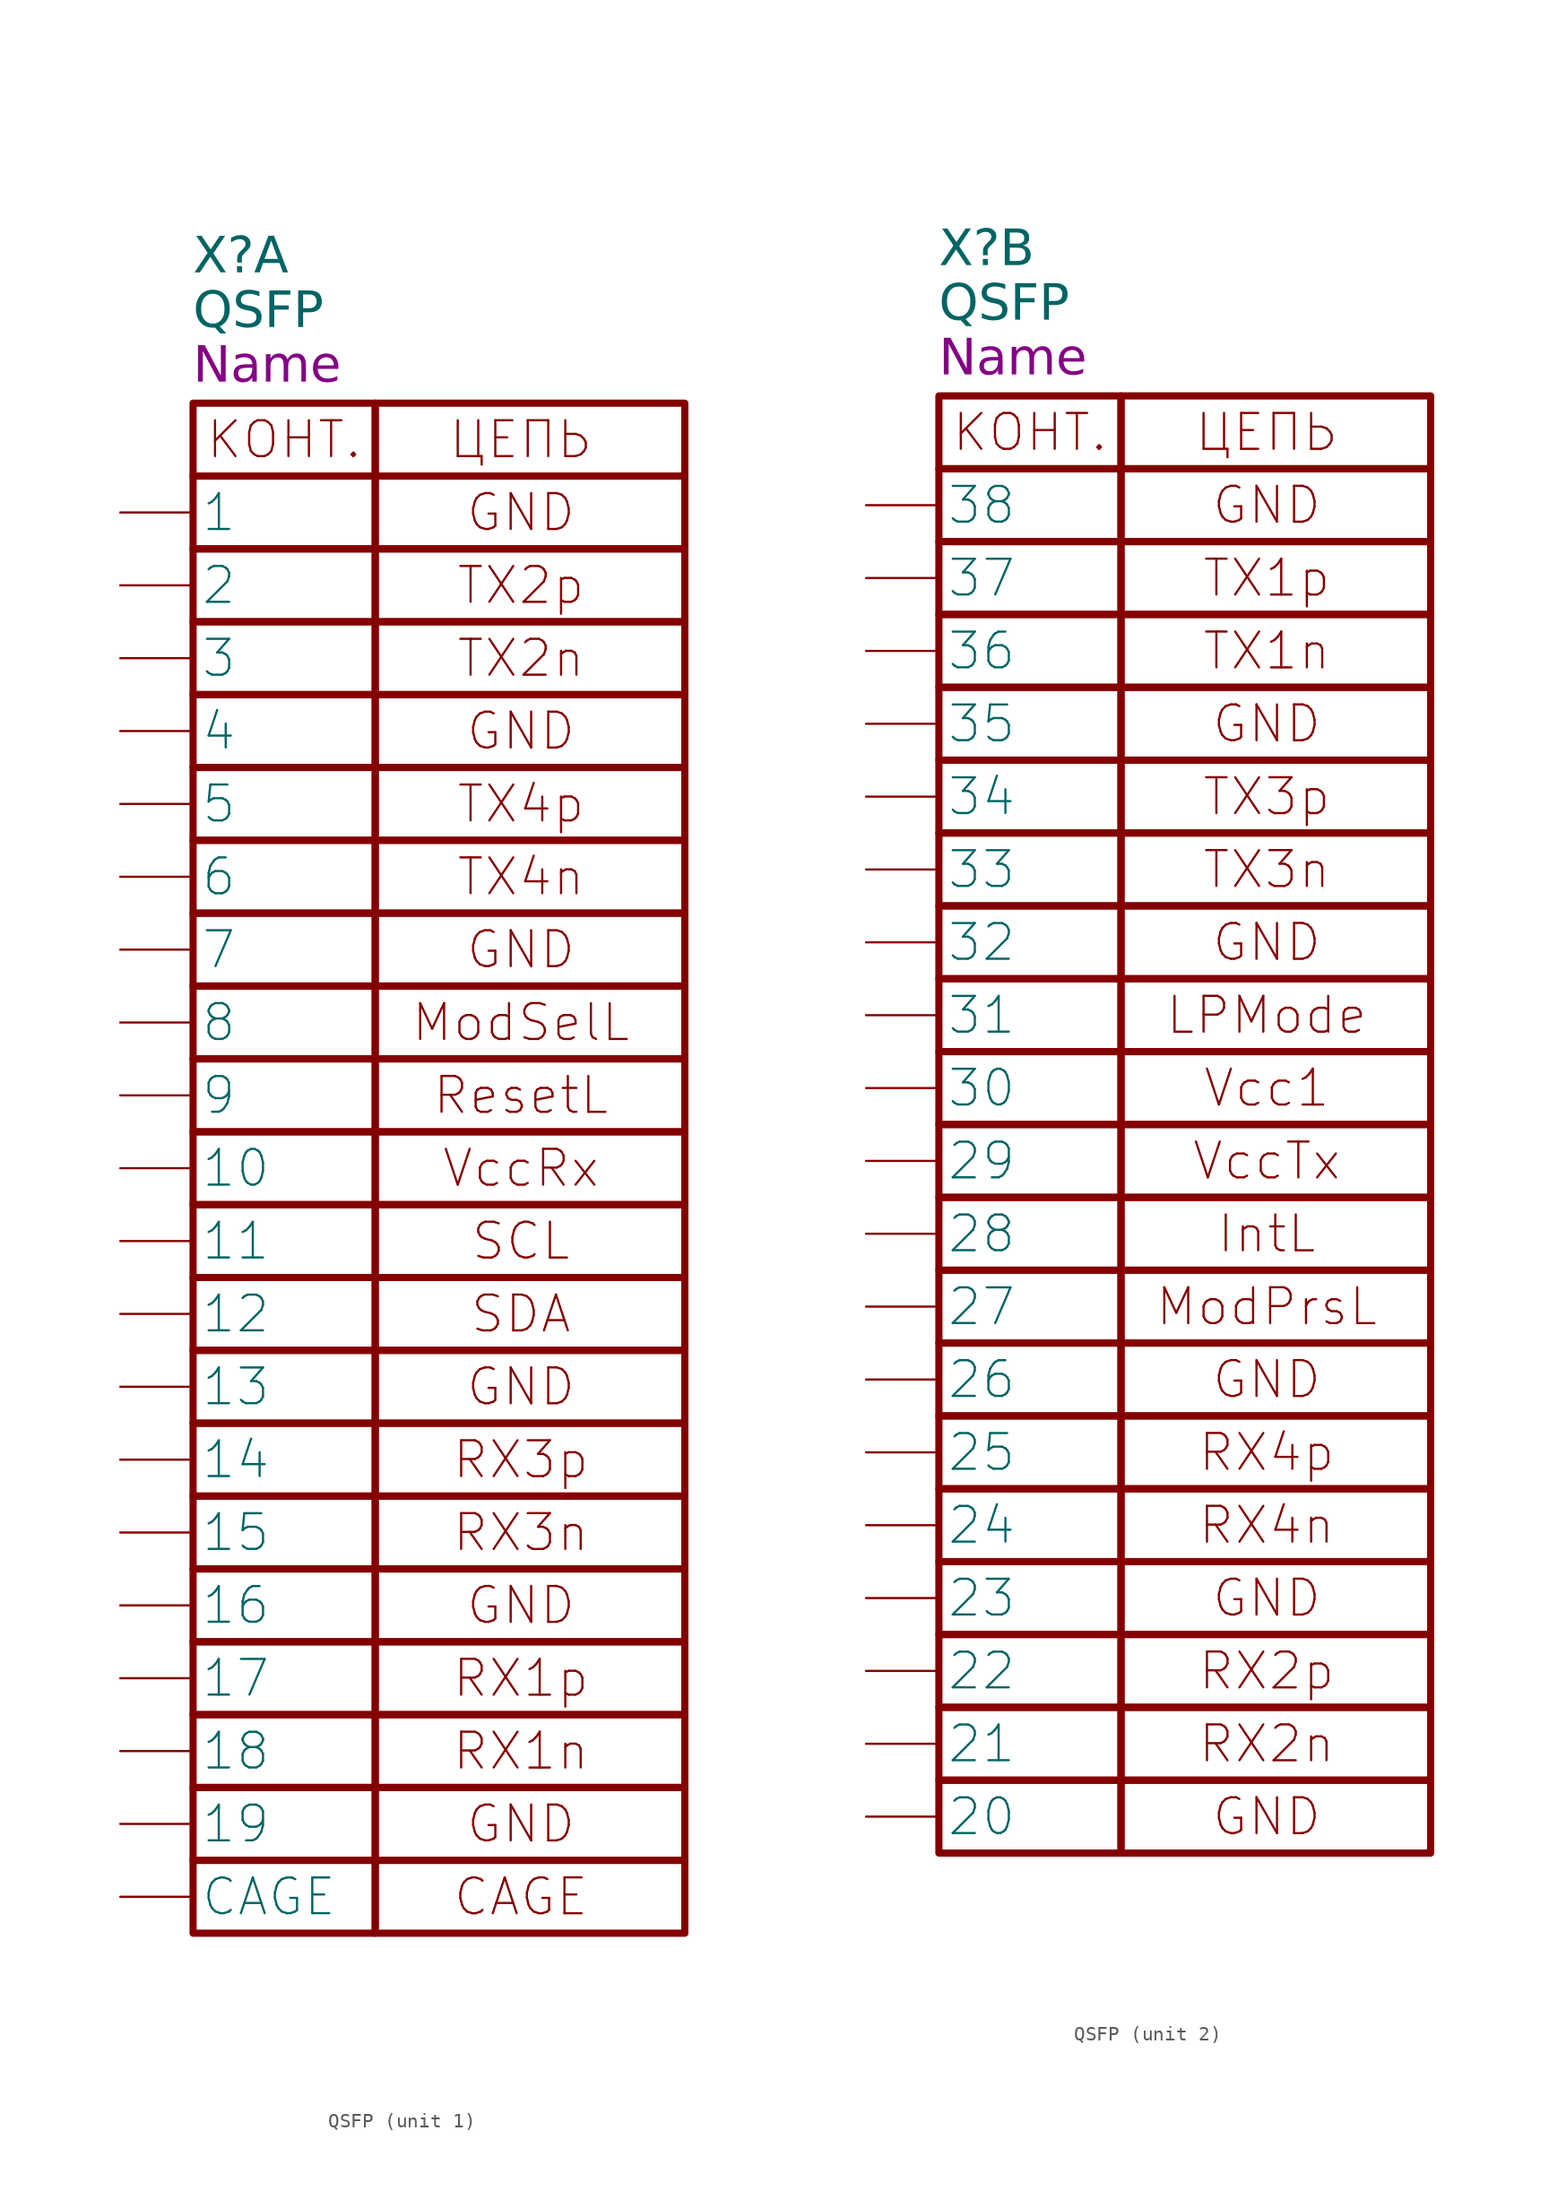
<source format=kicad_sym>
(kicad_symbol_lib
  (version 20241209)
  (generator "kicad_symbol_editor")
  (generator_version "9.0")
  (symbol "QSFP"
    (pin_numbers
      (hide yes))
    (property "Reference" "X"
      (at -12.7 10.16 0)
      (effects (font (face "GOST type A") (size 2.5 2.5) (italic yes)) (justify left)))
    (property "Value" "QSFP"
      (at -12.7 6.35 0)
      (effects (font (face "GOST type A") (size 2.5 2.5) (italic yes)) (justify left)))
    (property "Name" "Name"
      (at -12.7 2.54 0)
      (effects (font (face "GOST type A") (size 2.5 2.5) (italic yes)) (justify left)))
    (symbol "QSFP_0_1"
      (rectangle (start -12.7 0) (end 0 -5.08) (stroke (width 0.5) (type default)) (fill (type none)))
      (rectangle (start -12.7 -5.08) (end 0 -10.16) (stroke (width 0.5) (type default)) (fill (type none)))
      (rectangle (start -12.7 -10.16) (end 0 -15.24) (stroke (width 0.5) (type default)) (fill (type none)))
      (rectangle (start -12.7 -15.24) (end 0 -20.32) (stroke (width 0.5) (type default)) (fill (type none)))
      (rectangle (start -12.7 -20.32) (end 0 -25.4) (stroke (width 0.5) (type default)) (fill (type none)))
      (rectangle (start -12.7 -25.4) (end 0 -30.48) (stroke (width 0.5) (type default)) (fill (type none)))
      (rectangle (start -12.7 -30.48) (end 0 -35.56) (stroke (width 0.5) (type default)) (fill (type none)))
      (rectangle (start -12.7 -35.56) (end 0 -40.64) (stroke (width 0.5) (type default)) (fill (type none)))
      (rectangle (start -12.7 -40.64) (end 0 -45.72) (stroke (width 0.5) (type default)) (fill (type none)))
      (rectangle (start -12.7 -45.72) (end 0 -50.8) (stroke (width 0.5) (type default)) (fill (type none)))
      (rectangle (start -12.7 -50.8) (end 0 -55.88) (stroke (width 0.5) (type default)) (fill (type none)))
      (rectangle (start -12.7 -55.88) (end 0 -60.96) (stroke (width 0.5) (type default)) (fill (type none)))
      (rectangle (start -12.7 -60.96) (end 0 -66.04) (stroke (width 0.5) (type default)) (fill (type none)))
      (rectangle (start -12.7 -66.04) (end 0 -71.12) (stroke (width 0.5) (type default)) (fill (type none)))
      (rectangle (start -12.7 -71.12) (end 0 -76.2) (stroke (width 0.5) (type default)) (fill (type none)))
      (rectangle (start -12.7 -76.2) (end 0 -81.28) (stroke (width 0.5) (type default)) (fill (type none)))
      (rectangle (start -12.7 -81.28) (end 0 -86.36) (stroke (width 0.5) (type default)) (fill (type none)))
      (rectangle (start -12.7 -86.36) (end 0 -91.44) (stroke (width 0.5) (type default)) (fill (type none)))
      (rectangle (start -12.7 -91.44) (end 0 -96.52) (stroke (width 0.5) (type default)) (fill (type none)))
      (rectangle (start -12.7 -96.52) (end 0 -101.6) (stroke (width 0.5) (type default)) (fill (type none)))
      (rectangle (start 0 0) (end 21.59 -5.08) (stroke (width 0.5) (type default)) (fill (type none)))
      (text "КОНТ." (at -6.35 -2.54 0) (effects (font (size 2.5 2.5))))
      (text "ЦЕПЬ" (at 10.16 -2.54 0) (effects (font (size 2.5 2.5)))))
    (symbol "QSFP_1_1"
      (unit_name "BOTTOM_SIDE")
      (rectangle (start -12.7 -101.6) (end 0 -106.68) (stroke (width 0.5) (type default)) (fill (type none)))
      (rectangle (start 0 -10.16) (end 21.59 -5.08) (stroke (width 0.5) (type default)) (fill (type none)))
      (rectangle (start 0 -15.24) (end 21.59 -10.16) (stroke (width 0.5) (type default)) (fill (type none)))
      (rectangle (start 0 -15.24) (end 21.59 -20.32) (stroke (width 0.5) (type default)) (fill (type none)))
      (rectangle (start 0 -25.4) (end 21.59 -20.32) (stroke (width 0.5) (type default)) (fill (type none)))
      (rectangle (start 0 -30.48) (end 21.59 -25.4) (stroke (width 0.5) (type default)) (fill (type none)))
      (rectangle (start 0 -35.56) (end 21.59 -30.48) (stroke (width 0.5) (type default)) (fill (type none)))
      (rectangle (start 0 -40.64) (end 21.59 -35.56) (stroke (width 0.5) (type default)) (fill (type none)))
      (rectangle (start 0 -45.72) (end 21.59 -40.64) (stroke (width 0.5) (type default)) (fill (type none)))
      (rectangle (start 0 -50.8) (end 21.59 -45.72) (stroke (width 0.5) (type default)) (fill (type none)))
      (rectangle (start 0 -55.88) (end 21.59 -50.8) (stroke (width 0.5) (type default)) (fill (type none)))
      (rectangle (start 0 -60.96) (end 21.59 -55.88) (stroke (width 0.5) (type default)) (fill (type none)))
      (rectangle (start 0 -66.04) (end 21.59 -60.96) (stroke (width 0.5) (type default)) (fill (type none)))
      (rectangle (start 0 -71.12) (end 21.59 -66.04) (stroke (width 0.5) (type default)) (fill (type none)))
      (rectangle (start 0 -76.2) (end 21.59 -71.12) (stroke (width 0.5) (type default)) (fill (type none)))
      (rectangle (start 0 -81.28) (end 21.59 -76.2) (stroke (width 0.5) (type default)) (fill (type none)))
      (rectangle (start 0 -86.36) (end 21.59 -81.28) (stroke (width 0.5) (type default)) (fill (type none)))
      (rectangle (start 0 -91.44) (end 21.59 -86.36) (stroke (width 0.5) (type default)) (fill (type none)))
      (rectangle (start 0 -91.44) (end 21.59 -96.52) (stroke (width 0.5) (type default)) (fill (type none)))
      (rectangle (start 0 -101.6) (end 21.59 -96.52) (stroke (width 0.5) (type default)) (fill (type none)))
      (rectangle (start 0 -106.68) (end 21.59 -101.6) (stroke (width 0.5) (type default)) (fill (type none)))
      (text "GND" (at 10.16 -7.62 0) (effects (font (size 2.5 2.5))))
      (text "TX2p" (at 10.16 -12.7 0) (effects (font (size 2.5 2.5))))
      (text "TX2n" (at 10.16 -17.78 0) (effects (font (size 2.5 2.5))))
      (text "GND" (at 10.16 -22.86 0) (effects (font (size 2.5 2.5))))
      (text "TX4p" (at 10.16 -27.94 0) (effects (font (size 2.5 2.5))))
      (text "TX4n" (at 10.16 -33.02 0) (effects (font (size 2.5 2.5))))
      (text "GND" (at 10.16 -38.1 0) (effects (font (size 2.5 2.5))))
      (text "ModSelL" (at 10.16 -43.18 0) (effects (font (size 2.5 2.5))))
      (text "ResetL" (at 10.16 -48.26 0) (effects (font (size 2.5 2.5))))
      (text "VccRx" (at 10.16 -53.34 0) (effects (font (size 2.5 2.5))))
      (text "SCL" (at 10.16 -58.42 0) (effects (font (size 2.5 2.5))))
      (text "SDA" (at 10.16 -63.5 0) (effects (font (size 2.5 2.5))))
      (text "GND" (at 10.16 -68.58 0) (effects (font (size 2.5 2.5))))
      (text "RX3p" (at 10.16 -73.66 0) (effects (font (size 2.5 2.5))))
      (text "RX3n" (at 10.16 -78.74 0) (effects (font (size 2.5 2.5))))
      (text "GND" (at 10.16 -83.82 0) (effects (font (size 2.5 2.5))))
      (text "RX1p" (at 10.16 -88.9 0) (effects (font (size 2.5 2.5))))
      (text "RX1n" (at 10.16 -93.98 0) (effects (font (size 2.5 2.5))))
      (text "GND" (at 10.16 -99.06 0) (effects (font (size 2.5 2.5))))
      (text "CAGE" (at 10.16 -104.14 0) (effects (font (size 2.5 2.5))))
      (pin power_in line (at -17.78 -7.62 0) (length 5.08) (name "1" (effects (font (size 2.5 2.5)))) (number "1" (effects (font (size 2.5 2.5)))))
      (pin input line (at -17.78 -12.7 0) (length 5.08) (name "2" (effects (font (size 2.5 2.5)))) (number "2" (effects (font (size 2.5 2.5)))))
      (pin input line (at -17.78 -17.78 0) (length 5.08) (name "3" (effects (font (size 2.5 2.5)))) (number "3" (effects (font (size 2.5 2.5)))))
      (pin power_in line (at -17.78 -22.86 0) (length 5.08) (name "4" (effects (font (size 2.5 2.5)))) (number "4" (effects (font (size 2.5 2.5)))))
      (pin input line (at -17.78 -27.94 0) (length 5.08) (name "5" (effects (font (size 2.5 2.5)))) (number "5" (effects (font (size 2.5 2.5)))))
      (pin input line (at -17.78 -33.02 0) (length 5.08) (name "6" (effects (font (size 2.5 2.5)))) (number "6" (effects (font (size 2.5 2.5)))))
      (pin power_in line (at -17.78 -38.1 0) (length 5.08) (name "7" (effects (font (size 2.5 2.5)))) (number "7" (effects (font (size 2.5 2.5)))))
      (pin input line (at -17.78 -43.18 0) (length 5.08) (name "8" (effects (font (size 2.5 2.5)))) (number "8" (effects (font (size 2.5 2.5)))))
      (pin input line (at -17.78 -48.26 0) (length 5.08) (name "9" (effects (font (size 2.489 2.489)))) (number "9" (effects (font (size 2.489 2.489)))))
      (pin power_in line (at -17.78 -53.34 0) (length 5.08) (name "10" (effects (font (size 2.489 2.489)))) (number "10" (effects (font (size 2.489 2.489)))))
      (pin open_collector line (at -17.78 -58.42 0) (length 5.08) (name "11" (effects (font (size 2.489 2.489)))) (number "11" (effects (font (size 2.489 2.489)))))
      (pin open_collector line (at -17.78 -63.5 0) (length 5.08) (name "12" (effects (font (size 2.489 2.489)))) (number "12" (effects (font (size 2.489 2.489)))))
      (pin power_in line (at -17.78 -68.58 0) (length 5.08) (name "13" (effects (font (size 2.489 2.489)))) (number "13" (effects (font (size 2.489 2.489)))))
      (pin output line (at -17.78 -73.66 0) (length 5.08) (name "14" (effects (font (size 2.489 2.489)))) (number "14" (effects (font (size 2.489 2.489)))))
      (pin output line (at -17.78 -78.74 0) (length 5.08) (name "15" (effects (font (size 2.489 2.489)))) (number "15" (effects (font (size 2.489 2.489)))))
      (pin power_in line (at -17.78 -83.82 0) (length 5.08) (name "16" (effects (font (size 2.489 2.489)))) (number "16" (effects (font (size 2.489 2.489)))))
      (pin output line (at -17.78 -88.9 0) (length 5.08) (name "17" (effects (font (size 2.489 2.489)))) (number "17" (effects (font (size 2.489 2.489)))))
      (pin output line (at -17.78 -93.98 0) (length 5.08) (name "18" (effects (font (size 2.489 2.489)))) (number "18" (effects (font (size 2.489 2.489)))))
      (pin power_in line (at -17.78 -99.06 0) (length 5.08) (name "19" (effects (font (size 2.489 2.489)))) (number "19" (effects (font (size 2.489 2.489)))))
      (pin passive line (at -17.78 -104.14 0) (length 5.08) (name "CAGE" (effects (font (size 2.489 2.489)))) (number "CAGE" (effects (font (size 2.489 2.489))))))
    (symbol "QSFP_2_1"
      (unit_name "TOP_SIDE")
      (rectangle (start 0 -10.16) (end 21.59 -5.08) (stroke (width 0.5) (type default)) (fill (type none)))
      (rectangle (start 0 -15.24) (end 21.59 -10.16) (stroke (width 0.5) (type default)) (fill (type none)))
      (rectangle (start 0 -15.24) (end 21.59 -20.32) (stroke (width 0.5) (type default)) (fill (type none)))
      (rectangle (start 0 -25.4) (end 21.59 -20.32) (stroke (width 0.5) (type default)) (fill (type none)))
      (rectangle (start 0 -30.48) (end 21.59 -25.4) (stroke (width 0.5) (type default)) (fill (type none)))
      (rectangle (start 0 -35.56) (end 21.59 -30.48) (stroke (width 0.5) (type default)) (fill (type none)))
      (rectangle (start 0 -40.64) (end 21.59 -35.56) (stroke (width 0.5) (type default)) (fill (type none)))
      (rectangle (start 0 -45.72) (end 21.59 -40.64) (stroke (width 0.5) (type default)) (fill (type none)))
      (rectangle (start 0 -50.8) (end 21.59 -45.72) (stroke (width 0.5) (type default)) (fill (type none)))
      (rectangle (start 0 -55.88) (end 21.59 -50.8) (stroke (width 0.5) (type default)) (fill (type none)))
      (rectangle (start 0 -60.96) (end 21.59 -55.88) (stroke (width 0.5) (type default)) (fill (type none)))
      (rectangle (start 0 -66.04) (end 21.59 -60.96) (stroke (width 0.5) (type default)) (fill (type none)))
      (rectangle (start 0 -71.12) (end 21.59 -66.04) (stroke (width 0.5) (type default)) (fill (type none)))
      (rectangle (start 0 -76.2) (end 21.59 -71.12) (stroke (width 0.5) (type default)) (fill (type none)))
      (rectangle (start 0 -81.28) (end 21.59 -76.2) (stroke (width 0.5) (type default)) (fill (type none)))
      (rectangle (start 0 -86.36) (end 21.59 -81.28) (stroke (width 0.5) (type default)) (fill (type none)))
      (rectangle (start 0 -91.44) (end 21.59 -86.36) (stroke (width 0.5) (type default)) (fill (type none)))
      (rectangle (start 0 -96.52) (end 21.59 -91.44) (stroke (width 0.5) (type default)) (fill (type none)))
      (rectangle (start 0 -101.6) (end 21.59 -96.52) (stroke (width 0.5) (type default)) (fill (type none)))
      (text "GND" (at 10.16 -7.62 0) (effects (font (size 2.5 2.5))))
      (text "TX1p" (at 10.16 -12.7 0) (effects (font (size 2.5 2.5))))
      (text "TX1n" (at 10.16 -17.78 0) (effects (font (size 2.5 2.5))))
      (text "GND" (at 10.16 -22.86 0) (effects (font (size 2.5 2.5))))
      (text "TX3p" (at 10.16 -27.94 0) (effects (font (size 2.5 2.5))))
      (text "TX3n" (at 10.16 -33.02 0) (effects (font (size 2.5 2.5))))
      (text "GND" (at 10.16 -38.1 0) (effects (font (size 2.5 2.5))))
      (text "LPMode" (at 10.16 -43.18 0) (effects (font (size 2.5 2.5))))
      (text "Vcc1" (at 10.16 -48.26 0) (effects (font (size 2.5 2.5))))
      (text "VccTx" (at 10.16 -53.34 0) (effects (font (size 2.5 2.5))))
      (text "IntL" (at 10.16 -58.42 0) (effects (font (size 2.5 2.5))))
      (text "ModPrsL" (at 10.16 -63.5 0) (effects (font (size 2.5 2.5))))
      (text "GND" (at 10.16 -68.58 0) (effects (font (size 2.5 2.5))))
      (text "RX4p" (at 10.16 -73.66 0) (effects (font (size 2.5 2.5))))
      (text "RX4n" (at 10.16 -78.74 0) (effects (font (size 2.5 2.5))))
      (text "GND" (at 10.16 -83.82 0) (effects (font (size 2.5 2.5))))
      (text "RX2p" (at 10.16 -88.9 0) (effects (font (size 2.5 2.5))))
      (text "RX2n" (at 10.16 -93.98 0) (effects (font (size 2.5 2.5))))
      (text "GND" (at 10.16 -99.06 0) (effects (font (size 2.5 2.5))))
      (pin power_in line (at -17.78 -7.62 0) (length 5.08) (name "38" (effects (font (size 2.489 2.489)))) (number "38" (effects (font (size 2.489 2.489)))))
      (pin input line (at -17.78 -12.7 0) (length 5.08) (name "37" (effects (font (size 2.489 2.489)))) (number "37" (effects (font (size 2.489 2.489)))))
      (pin input line (at -17.78 -17.78 0) (length 5.08) (name "36" (effects (font (size 2.489 2.489)))) (number "36" (effects (font (size 2.489 2.489)))))
      (pin power_in line (at -17.78 -22.86 0) (length 5.08) (name "35" (effects (font (size 2.489 2.489)))) (number "35" (effects (font (size 2.489 2.489)))))
      (pin input line (at -17.78 -27.94 0) (length 5.08) (name "34" (effects (font (size 2.489 2.489)))) (number "34" (effects (font (size 2.489 2.489)))))
      (pin input line (at -17.78 -33.02 0) (length 5.08) (name "33" (effects (font (size 2.489 2.489)))) (number "33" (effects (font (size 2.489 2.489)))))
      (pin power_in line (at -17.78 -38.1 0) (length 5.08) (name "32" (effects (font (size 2.489 2.489)))) (number "32" (effects (font (size 2.489 2.489)))))
      (pin input line (at -17.78 -43.18 0) (length 5.08) (name "31" (effects (font (size 2.489 2.489)))) (number "31" (effects (font (size 2.489 2.489)))))
      (pin power_in line (at -17.78 -48.26 0) (length 5.08) (name "30" (effects (font (size 2.489 2.489)))) (number "30" (effects (font (size 2.489 2.489)))))
      (pin power_in line (at -17.78 -53.34 0) (length 5.08) (name "29" (effects (font (size 2.489 2.489)))) (number "29" (effects (font (size 2.489 2.489)))))
      (pin open_collector line (at -17.78 -58.42 0) (length 5.08) (name "28" (effects (font (size 2.489 2.489)))) (number "28" (effects (font (size 2.489 2.489)))))
      (pin open_collector line (at -17.78 -63.5 0) (length 5.08) (name "27" (effects (font (size 2.489 2.489)))) (number "27" (effects (font (size 2.489 2.489)))))
      (pin power_in line (at -17.78 -68.58 0) (length 5.08) (name "26" (effects (font (size 2.489 2.489)))) (number "26" (effects (font (size 2.489 2.489)))))
      (pin output line (at -17.78 -73.66 0) (length 5.08) (name "25" (effects (font (size 2.489 2.489)))) (number "25" (effects (font (size 2.489 2.489)))))
      (pin output line (at -17.78 -78.74 0) (length 5.08) (name "24" (effects (font (size 2.489 2.489)))) (number "24" (effects (font (size 2.489 2.489)))))
      (pin power_in line (at -17.78 -83.82 0) (length 5.08) (name "23" (effects (font (size 2.489 2.489)))) (number "23" (effects (font (size 2.489 2.489)))))
      (pin output line (at -17.78 -88.9 0) (length 5.08) (name "22" (effects (font (size 2.489 2.489)))) (number "22" (effects (font (size 2.489 2.489)))))
      (pin output line (at -17.78 -93.98 0) (length 5.08) (name "21" (effects (font (size 2.489 2.489)))) (number "21" (effects (font (size 2.489 2.489)))))
      (pin power_in line (at -17.78 -99.06 0) (length 5.08) (name "20" (effects (font (size 2.489 2.489)))) (number "20" (effects (font (size 2.489 2.489))))))))
</source>
